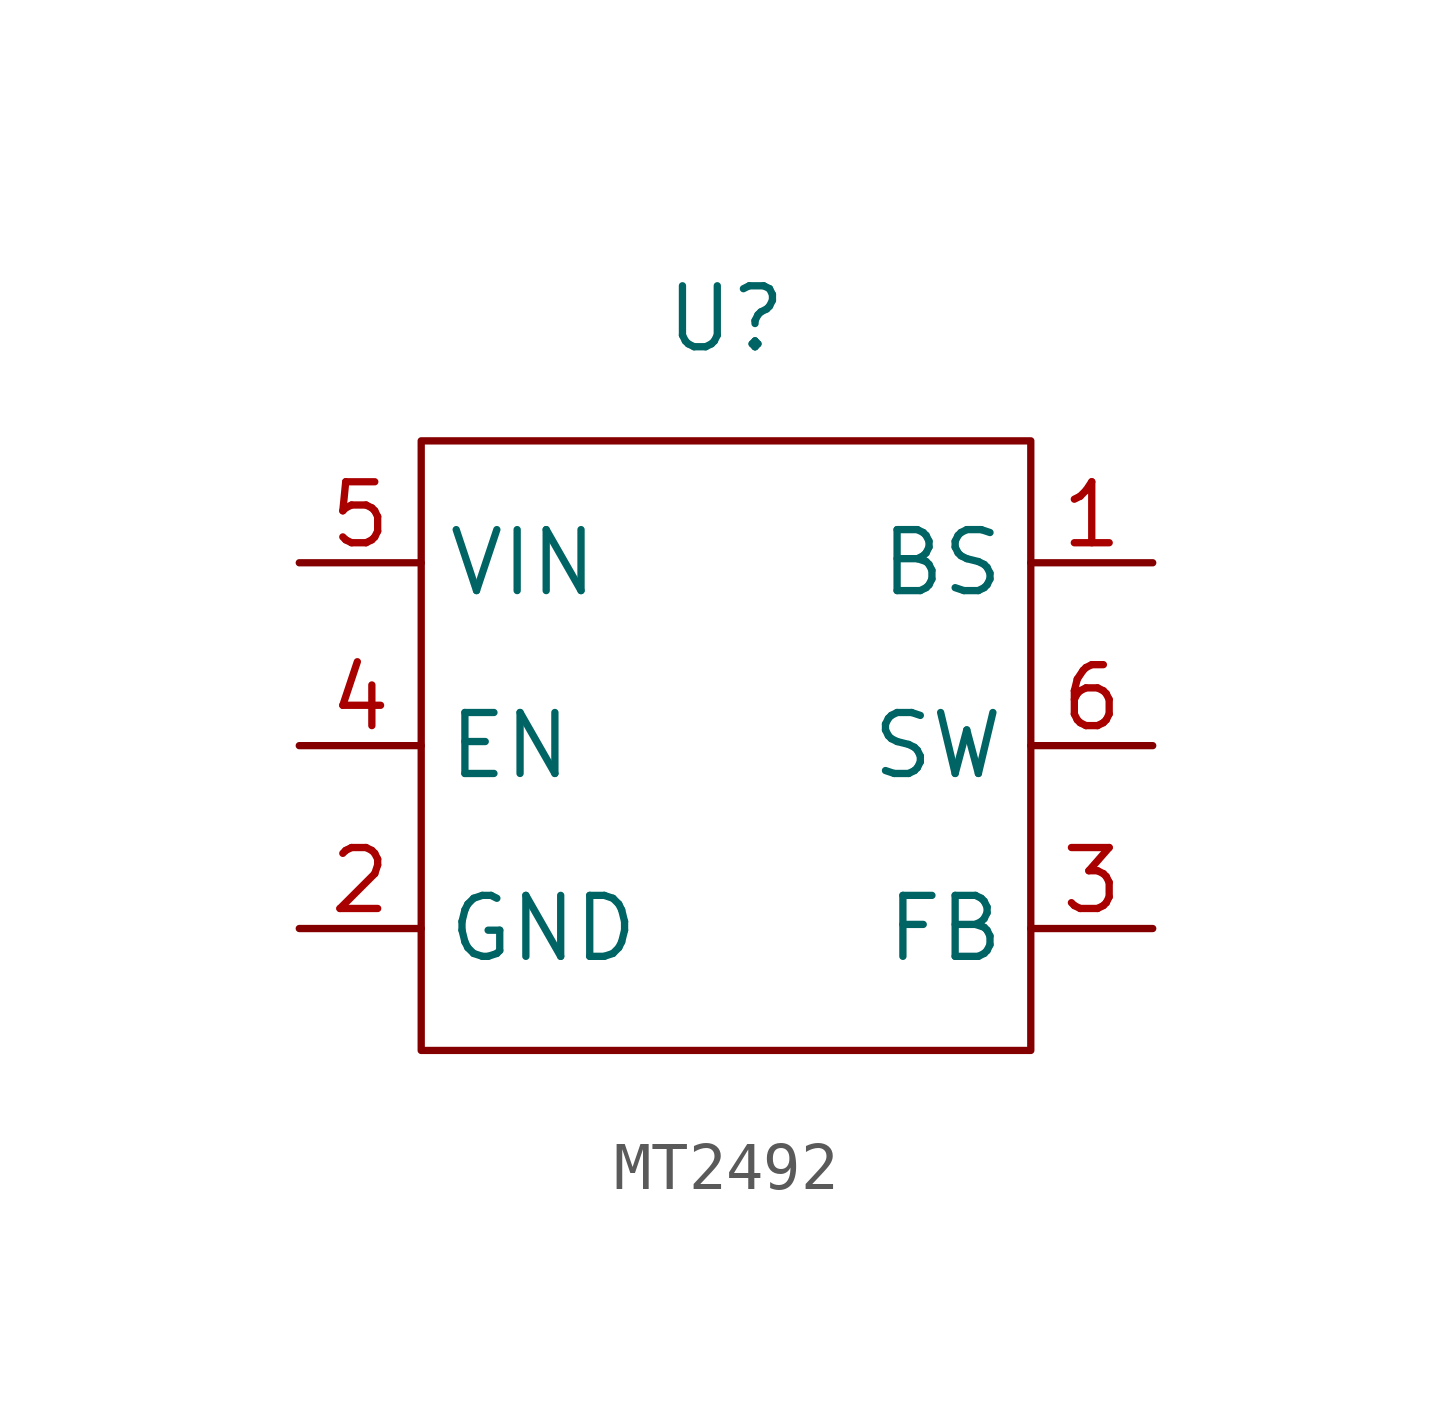
<source format=kicad_sym>
(kicad_symbol_lib
  (version 20241209)
  (generator "kicad_symbol_editor")
  (generator_version "9.0")
  (symbol "MT2492"
    (property "Reference" "U"
      (at 0 0 0)
      (effects (font (size 1.27 1.27))))
    (property "Value" ""
      (at 0 0 0)
      (effects (font (size 1.27 1.27))))
    (symbol "MT2492_0_1"
      (rectangle (start -6.35 -2.54) (end 6.35 -15.24) (stroke (width 0) (type default)) (fill (type none))))
    (symbol "MT2492_1_1"
      (pin power_in line (at -8.89 -5.08 0) (length 2.54) (name "VIN" (effects (font (size 1.27 1.27)))) (number "5" (effects (font (size 1.27 1.27)))))
      (pin input line (at -8.89 -8.89 0) (length 2.54) (name "EN" (effects (font (size 1.27 1.27)))) (number "4" (effects (font (size 1.27 1.27)))))
      (pin power_in line (at -8.89 -12.7 0) (length 2.54) (name "GND" (effects (font (size 1.27 1.27)))) (number "2" (effects (font (size 1.27 1.27)))))
      (pin passive line (at 8.89 -5.08 180) (length 2.54) (name "BS" (effects (font (size 1.27 1.27)))) (number "1" (effects (font (size 1.27 1.27)))))
      (pin power_out line (at 8.89 -8.89 180) (length 2.54) (name "SW" (effects (font (size 1.27 1.27)))) (number "6" (effects (font (size 1.27 1.27)))))
      (pin input line (at 8.89 -12.7 180) (length 2.54) (name "FB" (effects (font (size 1.27 1.27)))) (number "3" (effects (font (size 1.27 1.27))))))))
</source>
